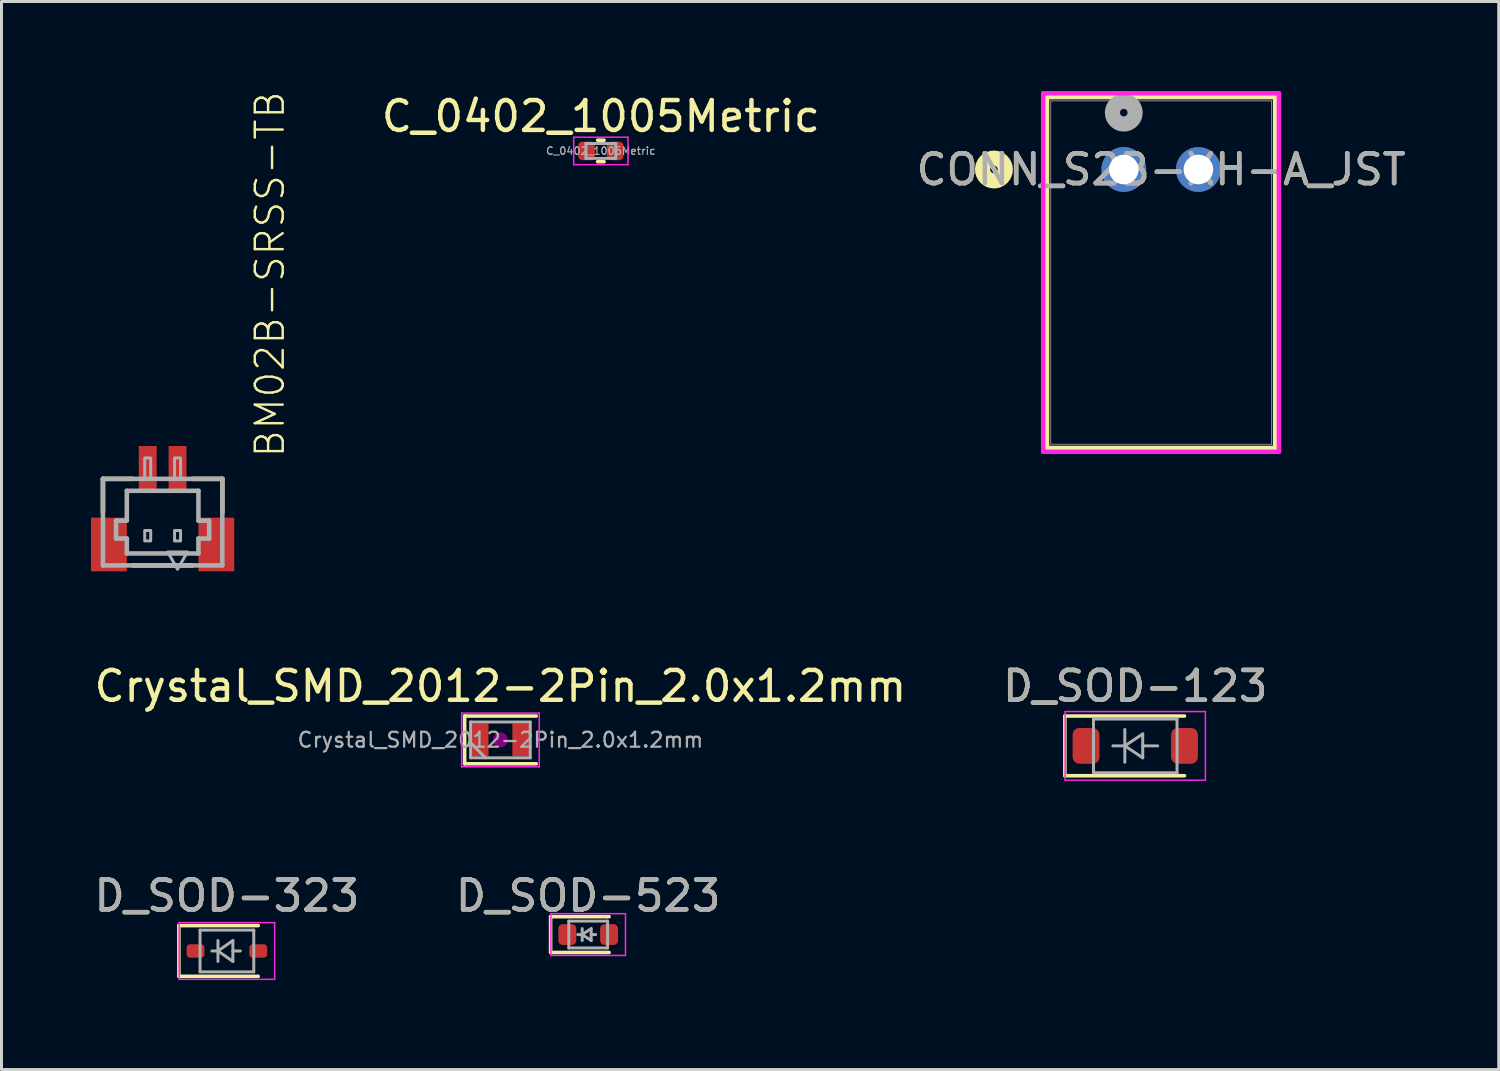
<source format=kicad_pcb>
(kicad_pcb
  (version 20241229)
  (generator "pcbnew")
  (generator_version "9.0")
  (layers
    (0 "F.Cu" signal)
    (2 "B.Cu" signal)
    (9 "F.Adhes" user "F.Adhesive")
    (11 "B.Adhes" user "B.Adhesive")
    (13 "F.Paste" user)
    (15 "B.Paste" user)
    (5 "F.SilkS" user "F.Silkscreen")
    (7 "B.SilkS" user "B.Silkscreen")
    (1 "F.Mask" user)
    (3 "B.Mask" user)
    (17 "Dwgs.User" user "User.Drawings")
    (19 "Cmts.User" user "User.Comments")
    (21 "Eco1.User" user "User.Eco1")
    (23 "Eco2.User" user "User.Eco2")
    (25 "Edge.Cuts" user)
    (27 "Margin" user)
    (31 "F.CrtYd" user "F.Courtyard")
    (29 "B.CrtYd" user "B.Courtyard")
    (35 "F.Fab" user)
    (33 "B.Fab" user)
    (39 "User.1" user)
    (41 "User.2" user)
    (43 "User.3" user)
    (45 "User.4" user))
  (footprint "D_SOD-123"
    (layer "F.Cu")
    (at 34.994 21.945)
    (property "Reference" "D_SOD-123" (at 0 -2 0) (layer "F.SilkS") (effects (font (size 1 1) (thickness 0.15))))
    (attr smd)
    (fp_line (start -2.36 -1) (end -2.36 1) (stroke (width 0.12) (type solid)) (layer "F.SilkS"))
    (fp_line (start -2.36 -1) (end 1.65 -1) (stroke (width 0.12) (type solid)) (layer "F.SilkS"))
    (fp_line (start -2.36 1) (end 1.65 1) (stroke (width 0.12) (type solid)) (layer "F.SilkS"))
    (fp_line (start -2.35 -1.15) (end -2.35 1.15) (stroke (width 0.05) (type solid)) (layer "F.CrtYd"))
    (fp_line (start -2.35 -1.15) (end 2.35 -1.15) (stroke (width 0.05) (type solid)) (layer "F.CrtYd"))
    (fp_line (start 2.35 -1.15) (end 2.35 1.15) (stroke (width 0.05) (type solid)) (layer "F.CrtYd"))
    (fp_line (start 2.35 1.15) (end -2.35 1.15) (stroke (width 0.05) (type solid)) (layer "F.CrtYd"))
    (fp_line (start -1.4 -0.9) (end 1.4 -0.9) (stroke (width 0.1) (type solid)) (layer "F.Fab"))
    (fp_line (start -1.4 0.9) (end -1.4 -0.9) (stroke (width 0.1) (type solid)) (layer "F.Fab"))
    (fp_line (start -0.75 0) (end -0.35 0) (stroke (width 0.1) (type solid)) (layer "F.Fab"))
    (fp_line (start -0.35 0) (end -0.35 -0.55) (stroke (width 0.1) (type solid)) (layer "F.Fab"))
    (fp_line (start -0.35 0) (end -0.35 0.55) (stroke (width 0.1) (type solid)) (layer "F.Fab"))
    (fp_line (start -0.35 0) (end 0.25 -0.4) (stroke (width 0.1) (type solid)) (layer "F.Fab"))
    (fp_line (start 0.25 -0.4) (end 0.25 0.4) (stroke (width 0.1) (type solid)) (layer "F.Fab"))
    (fp_line (start 0.25 0) (end 0.75 0) (stroke (width 0.1) (type solid)) (layer "F.Fab"))
    (fp_line (start 0.25 0.4) (end -0.35 0) (stroke (width 0.1) (type solid)) (layer "F.Fab"))
    (fp_line (start 1.4 -0.9) (end 1.4 0.9) (stroke (width 0.1) (type solid)) (layer "F.Fab"))
    (fp_line (start 1.4 0.9) (end -1.4 0.9) (stroke (width 0.1) (type solid)) (layer "F.Fab"))
    (fp_text user "${REFERENCE}" (at 0 -2 0) (layer "F.Fab") (effects (font (size 1 1) (thickness 0.15))))
    (pad "1" smd roundrect (at -1.65 0 180) (size 0.9 1.2) (layers "F.Cu" "F.Mask" "F.Paste") (roundrect_rratio 0.25))
    (pad "2" smd roundrect (at 1.65 0 180) (size 0.9 1.2) (layers "F.Cu" "F.Mask" "F.Paste") (roundrect_rratio 0.25)))
  (footprint "D_SOD-523"
    (layer "F.Cu")
    (at 16.661 28.268)
    (property "Reference" "D_SOD-523" (at 0 -1.3 0) (layer "F.SilkS") (effects (font (size 1 1) (thickness 0.15))))
    (attr smd)
    (fp_line (start -1.26 -0.6) (end -1.26 0.6) (stroke (width 0.12) (type solid)) (layer "F.SilkS"))
    (fp_line (start 0.7 -0.6) (end -1.26 -0.6) (stroke (width 0.12) (type solid)) (layer "F.SilkS"))
    (fp_line (start 0.7 0.6) (end -1.26 0.6) (stroke (width 0.12) (type solid)) (layer "F.SilkS"))
    (fp_line (start -1.25 -0.7) (end 1.25 -0.7) (stroke (width 0.05) (type solid)) (layer "F.CrtYd"))
    (fp_line (start -1.25 0.7) (end -1.25 -0.7) (stroke (width 0.05) (type solid)) (layer "F.CrtYd"))
    (fp_line (start 1.25 -0.7) (end 1.25 0.7) (stroke (width 0.05) (type solid)) (layer "F.CrtYd"))
    (fp_line (start 1.25 0.7) (end -1.25 0.7) (stroke (width 0.05) (type solid)) (layer "F.CrtYd"))
    (fp_line (start -0.65 -0.45) (end 0.65 -0.45) (stroke (width 0.1) (type solid)) (layer "F.Fab"))
    (fp_line (start -0.65 0.45) (end -0.65 -0.45) (stroke (width 0.1) (type solid)) (layer "F.Fab"))
    (fp_line (start -0.2 0) (end -0.35 0) (stroke (width 0.1) (type solid)) (layer "F.Fab"))
    (fp_line (start -0.2 0) (end 0.1 0.2) (stroke (width 0.1) (type solid)) (layer "F.Fab"))
    (fp_line (start -0.2 0.2) (end -0.2 -0.2) (stroke (width 0.1) (type solid)) (layer "F.Fab"))
    (fp_line (start 0.1 -0.2) (end -0.2 0) (stroke (width 0.1) (type solid)) (layer "F.Fab"))
    (fp_line (start 0.1 0) (end 0.25 0) (stroke (width 0.1) (type solid)) (layer "F.Fab"))
    (fp_line (start 0.1 0.2) (end 0.1 -0.2) (stroke (width 0.1) (type solid)) (layer "F.Fab"))
    (fp_line (start 0.65 -0.45) (end 0.65 0.45) (stroke (width 0.1) (type solid)) (layer "F.Fab"))
    (fp_line (start 0.65 0.45) (end -0.65 0.45) (stroke (width 0.1) (type solid)) (layer "F.Fab"))
    (fp_text user "${REFERENCE}" (at 0 -1.3 0) (layer "F.Fab") (effects (font (size 1 1) (thickness 0.15))))
    (pad "1" smd roundrect (at -0.7 0 180) (size 0.6 0.7) (layers "F.Cu" "F.Mask" "F.Paste") (roundrect_rratio 0.25))
    (pad "2" smd roundrect (at 0.7 0 180) (size 0.6 0.7) (layers "F.Cu" "F.Mask" "F.Paste") (roundrect_rratio 0.25)))
  (footprint "D_SOD-323"
    (layer "F.Cu")
    (at 4.554 28.818)
    (property "Reference" "D_SOD-323" (at 0 -1.85 0) (layer "F.SilkS") (effects (font (size 1 1) (thickness 0.15))))
    (attr smd)
    (fp_line (start -1.61 -0.85) (end -1.61 0.85) (stroke (width 0.12) (type solid)) (layer "F.SilkS"))
    (fp_line (start -1.61 -0.85) (end 1.05 -0.85) (stroke (width 0.12) (type solid)) (layer "F.SilkS"))
    (fp_line (start -1.61 0.85) (end 1.05 0.85) (stroke (width 0.12) (type solid)) (layer "F.SilkS"))
    (fp_line (start -1.6 -0.95) (end -1.6 0.95) (stroke (width 0.05) (type solid)) (layer "F.CrtYd"))
    (fp_line (start -1.6 -0.95) (end 1.6 -0.95) (stroke (width 0.05) (type solid)) (layer "F.CrtYd"))
    (fp_line (start -1.6 0.95) (end 1.6 0.95) (stroke (width 0.05) (type solid)) (layer "F.CrtYd"))
    (fp_line (start 1.6 -0.95) (end 1.6 0.95) (stroke (width 0.05) (type solid)) (layer "F.CrtYd"))
    (fp_line (start -0.9 -0.7) (end 0.9 -0.7) (stroke (width 0.1) (type solid)) (layer "F.Fab"))
    (fp_line (start -0.9 0.7) (end -0.9 -0.7) (stroke (width 0.1) (type solid)) (layer "F.Fab"))
    (fp_line (start -0.3 -0.35) (end -0.3 0.35) (stroke (width 0.1) (type solid)) (layer "F.Fab"))
    (fp_line (start -0.3 0) (end -0.5 0) (stroke (width 0.1) (type solid)) (layer "F.Fab"))
    (fp_line (start -0.3 0) (end 0.2 -0.35) (stroke (width 0.1) (type solid)) (layer "F.Fab"))
    (fp_line (start 0.2 -0.35) (end 0.2 0.35) (stroke (width 0.1) (type solid)) (layer "F.Fab"))
    (fp_line (start 0.2 0) (end 0.45 0) (stroke (width 0.1) (type solid)) (layer "F.Fab"))
    (fp_line (start 0.2 0.35) (end -0.3 0) (stroke (width 0.1) (type solid)) (layer "F.Fab"))
    (fp_line (start 0.9 -0.7) (end 0.9 0.7) (stroke (width 0.1) (type solid)) (layer "F.Fab"))
    (fp_line (start 0.9 0.7) (end -0.9 0.7) (stroke (width 0.1) (type solid)) (layer "F.Fab"))
    (fp_text user "${REFERENCE}" (at 0 -1.85 0) (layer "F.Fab") (effects (font (size 1 1) (thickness 0.15))))
    (pad "1" smd roundrect (at -1.05 0) (size 0.6 0.45) (layers "F.Cu" "F.Mask" "F.Paste") (roundrect_rratio 0.25))
    (pad "2" smd roundrect (at 1.05 0) (size 0.6 0.45) (layers "F.Cu" "F.Mask" "F.Paste") (roundrect_rratio 0.25)))
  (footprint "CONN_S2B-XH-A_JST"
    (layer "F.Cu")
    (at 34.609 2.63)
    (property "Reference" "CONN_S2B-XH-A_JST" (at 1.25 0 0) (unlocked yes) (layer "F.SilkS") (effects (font (size 1 1) (thickness 0.15))))
    (attr through_hole)
    (fp_line (start -2.573 -2.427) (end -2.573 9.333) (stroke (width 0.152) (type solid)) (layer "F.SilkS"))
    (fp_line (start -2.573 9.333) (end 5.073 9.333) (stroke (width 0.152) (type solid)) (layer "F.SilkS"))
    (fp_line (start 5.073 -2.427) (end -2.573 -2.427) (stroke (width 0.152) (type solid)) (layer "F.SilkS"))
    (fp_line (start 5.073 9.333) (end 5.073 -2.427) (stroke (width 0.152) (type solid)) (layer "F.SilkS"))
    (fp_circle (center -4.351 0) (end -3.97 0) (stroke (width 0.508) (type solid)) (fill no) (layer "F.SilkS"))
    (fp_line (start -2.7 -2.554) (end -2.7 9.46) (stroke (width 0.152) (type solid)) (layer "F.CrtYd"))
    (fp_line (start -2.7 9.46) (end 5.2 9.46) (stroke (width 0.152) (type solid)) (layer "F.CrtYd"))
    (fp_line (start 5.2 -2.554) (end -2.7 -2.554) (stroke (width 0.152) (type solid)) (layer "F.CrtYd"))
    (fp_line (start 5.2 9.46) (end 5.2 -2.554) (stroke (width 0.152) (type solid)) (layer "F.CrtYd"))
    (fp_line (start -2.446 -2.3) (end -2.446 9.206) (stroke (width 0.025) (type solid)) (layer "F.Fab"))
    (fp_line (start -2.446 9.206) (end 4.946 9.206) (stroke (width 0.025) (type solid)) (layer "F.Fab"))
    (fp_line (start 4.946 -2.3) (end -2.446 -2.3) (stroke (width 0.025) (type solid)) (layer "F.Fab"))
    (fp_line (start 4.946 9.206) (end 4.946 -2.3) (stroke (width 0.025) (type solid)) (layer "F.Fab"))
    (fp_circle (center 0 -1.905) (end 0.381 -1.905) (stroke (width 0.508) (type solid)) (fill no) (layer "F.Fab"))
    (fp_text user "${REFERENCE}" (at 1.25 0 0) (unlocked yes) (layer "F.Fab") (effects (font (size 1 1) (thickness 0.15))))
    (pad "1" thru_hole circle (at 0 0) (size 1.499 1.499) (drill 0.991) (layers "*.Cu" "*.Mask"))
    (pad "2" thru_hole circle (at 2.5 0) (size 1.499 1.499) (drill 0.991) (layers "*.Cu" "*.Mask")))
  (footprint "Crystal_SMD_2012-2Pin_2.0x1.2mm"
    (layer "F.Cu")
    (at 13.72 21.745)
    (property "Reference" "Crystal_SMD_2012-2Pin_2.0x1.2mm" (at 0 -1.8 0) (layer "F.SilkS") (effects (font (size 1 1) (thickness 0.15))))
    (attr smd)
    (fp_line (start -1.2 -0.8) (end -1.2 0.8) (stroke (width 0.12) (type solid)) (layer "F.SilkS"))
    (fp_line (start -1.2 0.8) (end 1.2 0.8) (stroke (width 0.12) (type solid)) (layer "F.SilkS"))
    (fp_line (start 1.2 -0.8) (end -1.2 -0.8) (stroke (width 0.12) (type solid)) (layer "F.SilkS"))
    (fp_circle (center 0 0) (end 0.047 0) (stroke (width 0.093) (type solid)) (fill no) (layer "F.Adhes"))
    (fp_circle (center 0 0) (end 0.107 0) (stroke (width 0.067) (type solid)) (fill no) (layer "F.Adhes"))
    (fp_circle (center 0 0) (end 0.167 0) (stroke (width 0.067) (type solid)) (fill no) (layer "F.Adhes"))
    (fp_circle (center 0 0) (end 0.2 0) (stroke (width 0.1) (type solid)) (fill no) (layer "F.Adhes"))
    (fp_line (start -1.3 -0.9) (end -1.3 0.9) (stroke (width 0.05) (type solid)) (layer "F.CrtYd"))
    (fp_line (start -1.3 0.9) (end 1.3 0.9) (stroke (width 0.05) (type solid)) (layer "F.CrtYd"))
    (fp_line (start 1.3 -0.9) (end -1.3 -0.9) (stroke (width 0.05) (type solid)) (layer "F.CrtYd"))
    (fp_line (start 1.3 0.9) (end 1.3 -0.9) (stroke (width 0.05) (type solid)) (layer "F.CrtYd"))
    (fp_line (start -1 -0.6) (end -1 0.6) (stroke (width 0.1) (type solid)) (layer "F.Fab"))
    (fp_line (start -1 0.1) (end -0.5 0.6) (stroke (width 0.1) (type solid)) (layer "F.Fab"))
    (fp_line (start -1 0.6) (end 1 0.6) (stroke (width 0.1) (type solid)) (layer "F.Fab"))
    (fp_line (start 1 -0.6) (end -1 -0.6) (stroke (width 0.1) (type solid)) (layer "F.Fab"))
    (fp_line (start 1 0.6) (end 1 -0.6) (stroke (width 0.1) (type solid)) (layer "F.Fab"))
    (fp_text user "${REFERENCE}" (at 0 0 0) (layer "F.Fab") (effects (font (size 0.5 0.5) (thickness 0.075))))
    (pad "1" smd rect (at -0.7 0 180) (size 0.6 1.1) (layers "F.Cu" "F.Mask" "F.Paste"))
    (pad "2" smd rect (at 0.7 0 180) (size 0.6 1.1) (layers "F.Cu" "F.Mask" "F.Paste")))
  (footprint "BM02B-SRSS-TB"
    (layer "F.Cu")
    (at 2.4 12.672)
    (property "Reference" "BM02B-SRSS-TB" (at 3.048 -0.33 90) (layer "F.SilkS") (effects (font (size 0.935 0.935) (thickness 0.081)) (justify left top)))
    (attr smd)
    (fp_line (start -2 0.325) (end -1 0.325) (stroke (width 0.152) (type solid)) (layer "F.SilkS"))
    (fp_line (start -2 1.45) (end -2 0.325) (stroke (width 0.152) (type solid)) (layer "F.SilkS"))
    (fp_line (start 1 0.325) (end 2 0.325) (stroke (width 0.152) (type solid)) (layer "F.SilkS"))
    (fp_line (start 1 3.225) (end -1 3.225) (stroke (width 0.152) (type solid)) (layer "F.SilkS"))
    (fp_line (start 2 0.325) (end 2 1.45) (stroke (width 0.152) (type solid)) (layer "F.SilkS"))
    (fp_line (start -2 0.325) (end 2 0.325) (stroke (width 0.152) (type solid)) (layer "F.Fab"))
    (fp_line (start -2 3.225) (end -2 0.325) (stroke (width 0.152) (type solid)) (layer "F.Fab"))
    (fp_line (start -1.56 1.725) (end -1.56 2.325) (stroke (width 0.152) (type solid)) (layer "F.Fab"))
    (fp_line (start -1.56 2.325) (end -1.2 2.325) (stroke (width 0.152) (type solid)) (layer "F.Fab"))
    (fp_line (start -1.2 0.725) (end -1.2 1.725) (stroke (width 0.152) (type solid)) (layer "F.Fab"))
    (fp_line (start -1.2 0.725) (end 1.2 0.725) (stroke (width 0.152) (type solid)) (layer "F.Fab"))
    (fp_line (start -1.2 1.725) (end -1.56 1.725) (stroke (width 0.152) (type solid)) (layer "F.Fab"))
    (fp_line (start -1.2 2.325) (end -1.2 2.825) (stroke (width 0.152) (type solid)) (layer "F.Fab"))
    (fp_line (start -1.2 2.825) (end 1.2 2.825) (stroke (width 0.152) (type solid)) (layer "F.Fab"))
    (fp_line (start 1.2 0.725) (end 1.2 1.725) (stroke (width 0.152) (type solid)) (layer "F.Fab"))
    (fp_line (start 1.2 1.725) (end 1.56 1.725) (stroke (width 0.152) (type solid)) (layer "F.Fab"))
    (fp_line (start 1.2 2.325) (end 1.2 2.825) (stroke (width 0.152) (type solid)) (layer "F.Fab"))
    (fp_line (start 1.56 1.725) (end 1.56 2.325) (stroke (width 0.152) (type solid)) (layer "F.Fab"))
    (fp_line (start 1.56 2.325) (end 1.2 2.325) (stroke (width 0.152) (type solid)) (layer "F.Fab"))
    (fp_line (start 2 0.325) (end 2 3.225) (stroke (width 0.152) (type solid)) (layer "F.Fab"))
    (fp_line (start 2 3.225) (end -2 3.225) (stroke (width 0.152) (type solid)) (layer "F.Fab"))
    (fp_poly (pts (xy 0.5 3.354) (xy 0.169 2.774) (xy 0.831 2.774)) (stroke (width 0.1) (type solid)) (fill no) (layer "F.Fab"))
    (fp_poly (pts (xy -0.6 0.325) (xy -0.4 0.325) (xy -0.4 -0.375) (xy -0.6 -0.375)) (stroke (width 0.1) (type solid)) (fill no) (layer "F.Fab"))
    (fp_poly (pts (xy -0.6 2.405) (xy -0.4 2.405) (xy -0.4 2.055) (xy -0.6 2.055)) (stroke (width 0.1) (type solid)) (fill no) (layer "F.Fab"))
    (fp_poly (pts (xy 0.4 0.325) (xy 0.6 0.325) (xy 0.6 -0.375) (xy 0.4 -0.375)) (stroke (width 0.1) (type solid)) (fill no) (layer "F.Fab"))
    (fp_poly (pts (xy 0.4 2.405) (xy 0.6 2.405) (xy 0.6 2.055) (xy 0.4 2.055)) (stroke (width 0.1) (type solid)) (fill no) (layer "F.Fab"))
    (pad "1" smd rect (at 0.5 0 180) (size 0.6 1.55) (layers "F.Cu" "F.Mask" "F.Paste"))
    (pad "2" smd rect (at -0.5 0 180) (size 0.6 1.55) (layers "F.Cu" "F.Mask" "F.Paste"))
    (pad "M1" smd rect (at 1.8 2.525 180) (size 1.2 1.8) (layers "F.Cu" "F.Mask" "F.Paste"))
    (pad "M2" smd rect (at -1.8 2.525 180) (size 1.2 1.8) (layers "F.Cu" "F.Mask" "F.Paste")))
  (footprint "C_0402_1005Metric"
    (layer "F.Cu")
    (at 17.085 2.008)
    (property "Reference" "C_0402_1005Metric" (at 0 -1.16 0) (layer "F.SilkS") (effects (font (size 1 1) (thickness 0.15))))
    (attr smd)
    (fp_line (start -0.108 -0.36) (end 0.108 -0.36) (stroke (width 0.12) (type solid)) (layer "F.SilkS"))
    (fp_line (start -0.108 0.36) (end 0.108 0.36) (stroke (width 0.12) (type solid)) (layer "F.SilkS"))
    (fp_line (start -0.91 -0.46) (end 0.91 -0.46) (stroke (width 0.05) (type solid)) (layer "F.CrtYd"))
    (fp_line (start -0.91 0.46) (end -0.91 -0.46) (stroke (width 0.05) (type solid)) (layer "F.CrtYd"))
    (fp_line (start 0.91 -0.46) (end 0.91 0.46) (stroke (width 0.05) (type solid)) (layer "F.CrtYd"))
    (fp_line (start 0.91 0.46) (end -0.91 0.46) (stroke (width 0.05) (type solid)) (layer "F.CrtYd"))
    (fp_line (start -0.5 -0.25) (end 0.5 -0.25) (stroke (width 0.1) (type solid)) (layer "F.Fab"))
    (fp_line (start -0.5 0.25) (end -0.5 -0.25) (stroke (width 0.1) (type solid)) (layer "F.Fab"))
    (fp_line (start 0.5 -0.25) (end 0.5 0.25) (stroke (width 0.1) (type solid)) (layer "F.Fab"))
    (fp_line (start 0.5 0.25) (end -0.5 0.25) (stroke (width 0.1) (type solid)) (layer "F.Fab"))
    (fp_text user "${REFERENCE}" (at 0 0 0) (layer "F.Fab") (effects (font (size 0.25 0.25) (thickness 0.04))))
    (pad "1" smd roundrect (at -0.48 0 180) (size 0.56 0.62) (layers "F.Cu" "F.Mask" "F.Paste") (roundrect_rratio 0.25))
    (pad "2" smd roundrect (at 0.48 0 180) (size 0.56 0.62) (layers "F.Cu" "F.Mask" "F.Paste") (roundrect_rratio 0.25)))
  (gr_rect
    (start -3 -3)
    (end 47.174 32.793)
    (stroke (width 0.1) (type default))
    (fill no)
    (layer "Edge.Cuts")))
</source>
